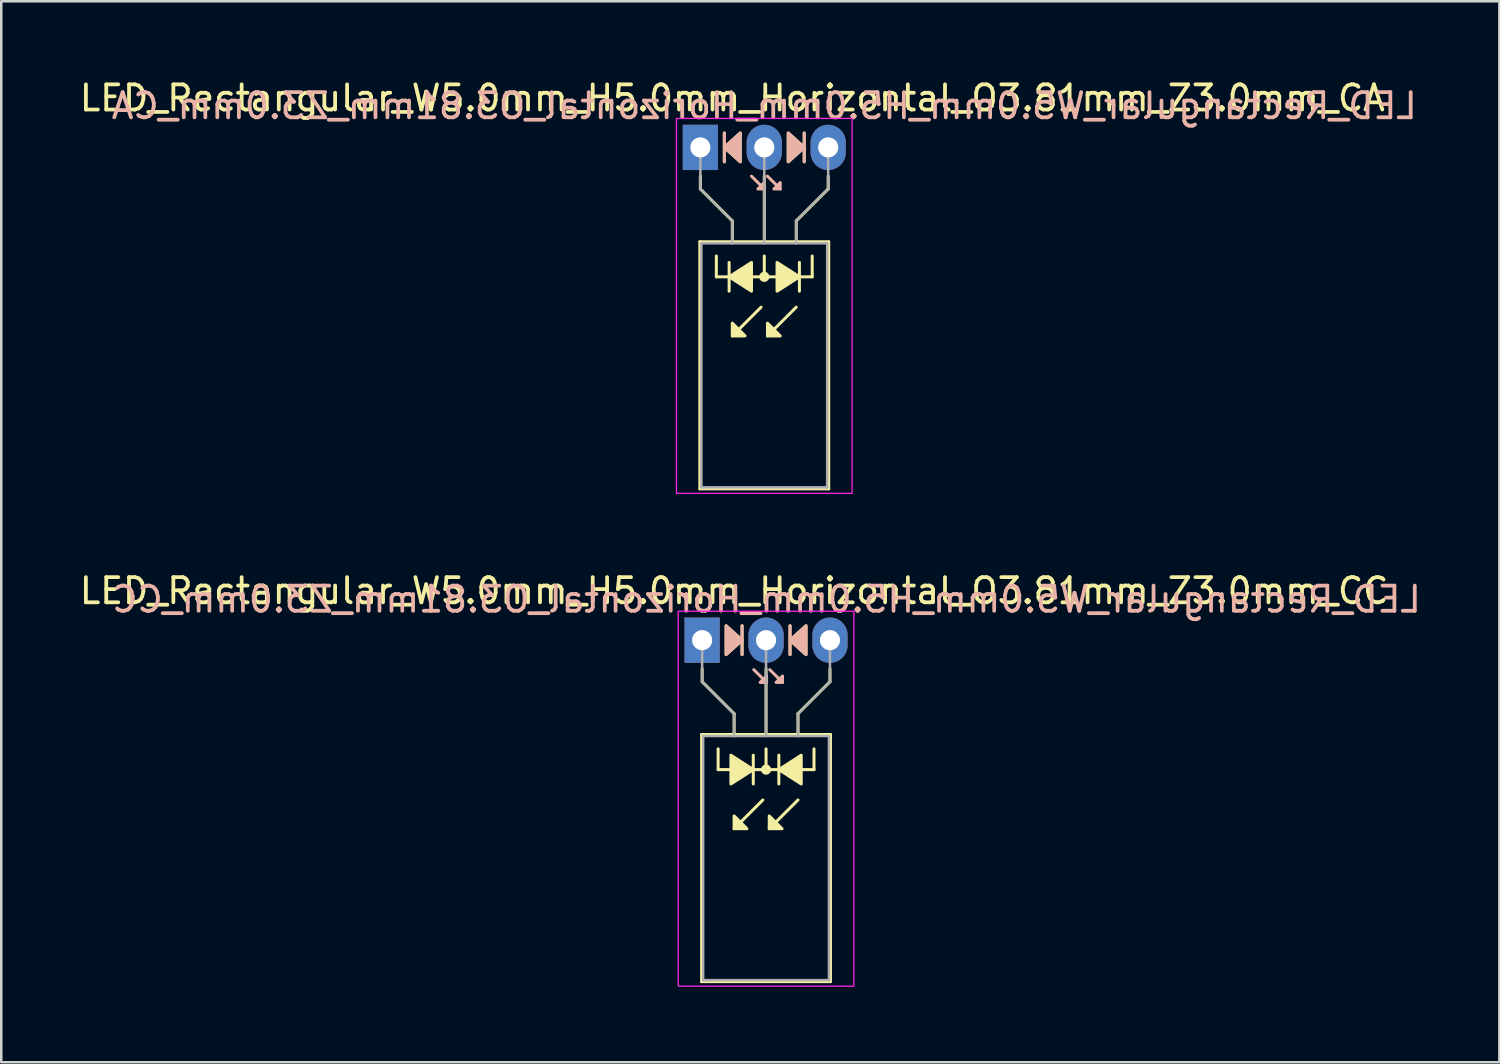
<source format=kicad_pcb>
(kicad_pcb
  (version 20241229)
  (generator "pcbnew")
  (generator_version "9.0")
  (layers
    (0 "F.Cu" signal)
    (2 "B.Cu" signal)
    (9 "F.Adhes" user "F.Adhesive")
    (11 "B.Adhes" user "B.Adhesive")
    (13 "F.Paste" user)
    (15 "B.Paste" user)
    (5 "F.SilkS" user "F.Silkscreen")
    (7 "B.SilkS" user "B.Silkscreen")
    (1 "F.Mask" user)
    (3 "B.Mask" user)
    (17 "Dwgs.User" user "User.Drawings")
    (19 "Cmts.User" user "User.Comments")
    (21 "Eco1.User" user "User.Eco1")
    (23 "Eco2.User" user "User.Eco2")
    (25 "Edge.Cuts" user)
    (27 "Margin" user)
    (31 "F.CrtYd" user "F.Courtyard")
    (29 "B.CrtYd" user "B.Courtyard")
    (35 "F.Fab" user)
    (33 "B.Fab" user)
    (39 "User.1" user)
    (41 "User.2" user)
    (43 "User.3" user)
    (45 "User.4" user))
  (footprint "LED_Rectangular_W5.0mm_H5.0mm_Horizontal_O3.81mm_Z3.0mm_CC"
    (layer "F.Cu")
    (at 24.855 22.392)
    (property "Reference" "LED_Rectangular_W5.0mm_H5.0mm_Horizontal_O3.81mm_Z3.0mm_CC" (at 1.27 -1.96 0) (layer "F.SilkS") (effects (font (size 1 1) (thickness 0.15))))
    (fp_line (start -0.02 3.75) (end -0.02 13.57) (stroke (width 0.12) (type solid)) (layer "F.SilkS"))
    (fp_line (start -0.02 13.57) (end 5.1 13.57) (stroke (width 0.12) (type solid)) (layer "F.SilkS"))
    (fp_line (start 0 1.143) (end 0 1.651) (stroke (width 0.12) (type default)) (layer "F.SilkS"))
    (fp_line (start 0 1.651) (end 1.27 2.921) (stroke (width 0.12) (type default)) (layer "F.SilkS"))
    (fp_line (start 0.635 5.144) (end 0.635 4.318) (stroke (width 0.12) (type default)) (layer "F.SilkS"))
    (fp_line (start 0.635 5.144) (end 4.445 5.144) (stroke (width 0.12) (type default)) (layer "F.SilkS"))
    (fp_line (start 1.27 2.921) (end 1.27 3.75) (stroke (width 0.12) (type default)) (layer "F.SilkS"))
    (fp_line (start 1.27 3.75) (end 1.27 3.75) (stroke (width 0.12) (type solid)) (layer "F.SilkS"))
    (fp_line (start 1.587 0.572) (end 1.587 -0.572) (stroke (width 0.12) (type solid)) (layer "F.SilkS"))
    (fp_line (start 2.032 5.715) (end 2.032 4.572) (stroke (width 0.12) (type solid)) (layer "F.SilkS"))
    (fp_line (start 2.413 6.35) (end 1.27 7.493) (stroke (width 0.12) (type solid)) (layer "F.SilkS"))
    (fp_line (start 2.54 3.75) (end 2.54 1.143) (stroke (width 0.12) (type default)) (layer "F.SilkS"))
    (fp_line (start 2.54 5.144) (end 2.54 4.318) (stroke (width 0.12) (type default)) (layer "F.SilkS"))
    (fp_line (start 3.048 4.572) (end 3.048 5.715) (stroke (width 0.12) (type solid)) (layer "F.SilkS"))
    (fp_line (start 3.493 -0.572) (end 3.493 0.572) (stroke (width 0.12) (type solid)) (layer "F.SilkS"))
    (fp_line (start 3.81 2.921) (end 3.81 3.75) (stroke (width 0.12) (type default)) (layer "F.SilkS"))
    (fp_line (start 3.81 3.75) (end 3.81 3.75) (stroke (width 0.12) (type solid)) (layer "F.SilkS"))
    (fp_line (start 3.81 6.35) (end 2.667 7.493) (stroke (width 0.12) (type solid)) (layer "F.SilkS"))
    (fp_line (start 4.445 5.144) (end 4.445 4.318) (stroke (width 0.12) (type default)) (layer "F.SilkS"))
    (fp_line (start 5.08 1.143) (end 5.08 1.651) (stroke (width 0.12) (type default)) (layer "F.SilkS"))
    (fp_line (start 5.08 1.651) (end 3.81 2.921) (stroke (width 0.12) (type default)) (layer "F.SilkS"))
    (fp_line (start 5.1 3.75) (end -0.02 3.75) (stroke (width 0.12) (type solid)) (layer "F.SilkS"))
    (fp_line (start 5.1 13.57) (end 5.1 3.75) (stroke (width 0.12) (type solid)) (layer "F.SilkS"))
    (fp_circle (center 2.54 5.144) (end 2.682 5.144) (stroke (width 0.12) (type solid)) (fill yes) (layer "F.SilkS"))
    (fp_poly (pts (xy 0.953 -0.572) (xy 1.587 0) (xy 0.953 0.572)) (stroke (width 0.12) (type solid)) (fill yes) (layer "F.SilkS"))
    (fp_poly (pts (xy 1.143 4.572) (xy 2.032 5.144) (xy 1.143 5.715)) (stroke (width 0.12) (type solid)) (fill yes) (layer "F.SilkS"))
    (fp_poly (pts (xy 1.27 6.985) (xy 1.778 7.493) (xy 1.27 7.493)) (stroke (width 0.12) (type solid)) (fill yes) (layer "F.SilkS"))
    (fp_poly (pts (xy 2.667 6.985) (xy 3.175 7.493) (xy 2.667 7.493)) (stroke (width 0.12) (type solid)) (fill yes) (layer "F.SilkS"))
    (fp_poly (pts (xy 3.937 5.715) (xy 3.048 5.144) (xy 3.937 4.572)) (stroke (width 0.12) (type solid)) (fill yes) (layer "F.SilkS"))
    (fp_poly (pts (xy 4.128 0.572) (xy 3.493 0) (xy 4.128 -0.572)) (stroke (width 0.12) (type solid)) (fill yes) (layer "F.SilkS"))
    (fp_line (start 1.587 0.572) (end 1.587 -0.572) (stroke (width 0.12) (type solid)) (layer "B.SilkS"))
    (fp_line (start 2.559 1.679) (end 2.051 1.171) (stroke (width 0.12) (type solid)) (layer "B.SilkS"))
    (fp_line (start 3.194 1.679) (end 2.686 1.171) (stroke (width 0.12) (type solid)) (layer "B.SilkS"))
    (fp_line (start 3.493 -0.572) (end 3.493 0.572) (stroke (width 0.12) (type solid)) (layer "B.SilkS"))
    (fp_poly (pts (xy 0.953 0.572) (xy 1.587 0) (xy 0.953 -0.572)) (stroke (width 0.12) (type solid)) (fill yes) (layer "B.SilkS"))
    (fp_poly (pts (xy 2.559 1.425) (xy 2.305 1.679) (xy 2.559 1.679)) (stroke (width 0.12) (type solid)) (fill yes) (layer "B.SilkS"))
    (fp_poly (pts (xy 3.194 1.425) (xy 2.94 1.679) (xy 3.194 1.679)) (stroke (width 0.12) (type solid)) (fill yes) (layer "B.SilkS"))
    (fp_poly (pts (xy 4.128 0.572) (xy 3.493 0) (xy 4.128 -0.572)) (stroke (width 0.12) (type solid)) (fill yes) (layer "B.SilkS"))
    (fp_rect (start -0.95 -1.15) (end 6.03 13.75) (stroke (width 0.05) (type default)) (fill no) (layer "F.CrtYd"))
    (fp_line (start 0 0) (end 0 0) (stroke (width 0.1) (type solid)) (layer "F.Fab"))
    (fp_line (start 0 1.651) (end 0 0) (stroke (width 0.1) (type default)) (layer "F.Fab"))
    (fp_line (start 0.04 3.81) (end 0.04 13.51) (stroke (width 0.1) (type solid)) (layer "F.Fab"))
    (fp_line (start 0.04 13.51) (end 5.04 13.51) (stroke (width 0.1) (type solid)) (layer "F.Fab"))
    (fp_line (start 1.27 2.921) (end 0 1.651) (stroke (width 0.1) (type default)) (layer "F.Fab"))
    (fp_line (start 1.27 2.921) (end 1.27 3.81) (stroke (width 0.1) (type default)) (layer "F.Fab"))
    (fp_line (start 1.27 3.81) (end 1.27 3.81) (stroke (width 0.1) (type solid)) (layer "F.Fab"))
    (fp_line (start 2.54 0) (end 2.54 0) (stroke (width 0.1) (type solid)) (layer "F.Fab"))
    (fp_line (start 2.54 0) (end 2.54 3.81) (stroke (width 0.1) (type default)) (layer "F.Fab"))
    (fp_line (start 3.81 2.921) (end 3.81 3.81) (stroke (width 0.1) (type default)) (layer "F.Fab"))
    (fp_line (start 3.81 2.921) (end 5.08 1.651) (stroke (width 0.1) (type default)) (layer "F.Fab"))
    (fp_line (start 3.81 3.81) (end 3.81 3.81) (stroke (width 0.1) (type solid)) (layer "F.Fab"))
    (fp_line (start 5.04 3.81) (end 0.04 3.81) (stroke (width 0.1) (type solid)) (layer "F.Fab"))
    (fp_line (start 5.04 13.51) (end 5.04 3.81) (stroke (width 0.1) (type solid)) (layer "F.Fab"))
    (fp_line (start 5.08 1.651) (end 5.08 0) (stroke (width 0.1) (type default)) (layer "F.Fab"))
    (fp_text user "${REFERENCE}" (at 2.559 -1.623 0) (layer "B.SilkS") (effects (font (size 1 1) (thickness 0.15)) (justify mirror)))
    (pad "1" thru_hole rect (at 0 0) (size 1.4 1.8) (drill 0.8) (layers "*.Cu" "*.Mask"))
    (pad "2" thru_hole oval (at 2.54 0) (size 1.4 1.8) (drill 0.8) (layers "*.Cu" "*.Mask"))
    (pad "3" thru_hole oval (at 5.08 0) (size 1.4 1.8) (drill 0.8) (layers "*.Cu" "*.Mask")))
  (footprint "LED_Rectangular_W5.0mm_H5.0mm_Horizontal_O3.81mm_Z3.0mm_CA"
    (layer "F.Cu")
    (at 24.784 2.808)
    (property "Reference" "LED_Rectangular_W5.0mm_H5.0mm_Horizontal_O3.81mm_Z3.0mm_CA" (at 1.27 -1.96 0) (layer "F.SilkS") (effects (font (size 1 1) (thickness 0.15))))
    (fp_line (start -0.02 3.75) (end -0.02 13.57) (stroke (width 0.12) (type solid)) (layer "F.SilkS"))
    (fp_line (start -0.02 13.57) (end 5.1 13.57) (stroke (width 0.12) (type solid)) (layer "F.SilkS"))
    (fp_line (start 0 1.143) (end 0 1.651) (stroke (width 0.12) (type default)) (layer "F.SilkS"))
    (fp_line (start 0 1.651) (end 1.27 2.921) (stroke (width 0.12) (type default)) (layer "F.SilkS"))
    (fp_line (start 0.635 5.144) (end 0.635 4.318) (stroke (width 0.12) (type default)) (layer "F.SilkS"))
    (fp_line (start 0.635 5.144) (end 4.445 5.144) (stroke (width 0.12) (type default)) (layer "F.SilkS"))
    (fp_line (start 0.953 -0.572) (end 0.953 0.572) (stroke (width 0.12) (type solid)) (layer "F.SilkS"))
    (fp_line (start 1.143 4.572) (end 1.143 5.715) (stroke (width 0.12) (type solid)) (layer "F.SilkS"))
    (fp_line (start 1.27 2.921) (end 1.27 3.75) (stroke (width 0.12) (type default)) (layer "F.SilkS"))
    (fp_line (start 1.27 3.75) (end 1.27 3.75) (stroke (width 0.12) (type solid)) (layer "F.SilkS"))
    (fp_line (start 2.413 6.35) (end 1.27 7.493) (stroke (width 0.12) (type solid)) (layer "F.SilkS"))
    (fp_line (start 2.54 3.75) (end 2.54 1.143) (stroke (width 0.12) (type default)) (layer "F.SilkS"))
    (fp_line (start 2.54 5.144) (end 2.54 4.318) (stroke (width 0.12) (type default)) (layer "F.SilkS"))
    (fp_line (start 3.81 2.921) (end 3.81 3.75) (stroke (width 0.12) (type default)) (layer "F.SilkS"))
    (fp_line (start 3.81 3.75) (end 3.81 3.75) (stroke (width 0.12) (type solid)) (layer "F.SilkS"))
    (fp_line (start 3.81 6.35) (end 2.667 7.493) (stroke (width 0.12) (type solid)) (layer "F.SilkS"))
    (fp_line (start 3.937 5.715) (end 3.937 4.572) (stroke (width 0.12) (type solid)) (layer "F.SilkS"))
    (fp_line (start 4.128 0.572) (end 4.128 -0.572) (stroke (width 0.12) (type solid)) (layer "F.SilkS"))
    (fp_line (start 4.445 5.144) (end 4.445 4.318) (stroke (width 0.12) (type default)) (layer "F.SilkS"))
    (fp_line (start 5.08 1.143) (end 5.08 1.651) (stroke (width 0.12) (type default)) (layer "F.SilkS"))
    (fp_line (start 5.08 1.651) (end 3.81 2.921) (stroke (width 0.12) (type default)) (layer "F.SilkS"))
    (fp_line (start 5.1 3.75) (end -0.02 3.75) (stroke (width 0.12) (type solid)) (layer "F.SilkS"))
    (fp_line (start 5.1 13.57) (end 5.1 3.75) (stroke (width 0.12) (type solid)) (layer "F.SilkS"))
    (fp_circle (center 2.54 5.144) (end 2.682 5.144) (stroke (width 0.12) (type solid)) (fill yes) (layer "F.SilkS"))
    (fp_poly (pts (xy 1.27 6.985) (xy 1.778 7.493) (xy 1.27 7.493)) (stroke (width 0.12) (type solid)) (fill yes) (layer "F.SilkS"))
    (fp_poly (pts (xy 1.587 0.572) (xy 0.953 0) (xy 1.587 -0.572)) (stroke (width 0.12) (type solid)) (fill yes) (layer "F.SilkS"))
    (fp_poly (pts (xy 2.032 5.715) (xy 1.143 5.144) (xy 2.032 4.572)) (stroke (width 0.12) (type solid)) (fill yes) (layer "F.SilkS"))
    (fp_poly (pts (xy 2.667 6.985) (xy 3.175 7.493) (xy 2.667 7.493)) (stroke (width 0.12) (type solid)) (fill yes) (layer "F.SilkS"))
    (fp_poly (pts (xy 3.048 4.572) (xy 3.937 5.144) (xy 3.048 5.715)) (stroke (width 0.12) (type solid)) (fill yes) (layer "F.SilkS"))
    (fp_poly (pts (xy 3.493 -0.572) (xy 4.128 0) (xy 3.493 0.572)) (stroke (width 0.12) (type solid)) (fill yes) (layer "F.SilkS"))
    (fp_line (start 0.953 -0.572) (end 0.953 0.572) (stroke (width 0.12) (type solid)) (layer "B.SilkS"))
    (fp_line (start 2.54 1.651) (end 2.032 1.143) (stroke (width 0.12) (type solid)) (layer "B.SilkS"))
    (fp_line (start 3.175 1.651) (end 2.667 1.143) (stroke (width 0.12) (type solid)) (layer "B.SilkS"))
    (fp_line (start 4.128 0.572) (end 4.128 -0.572) (stroke (width 0.12) (type solid)) (layer "B.SilkS"))
    (fp_poly (pts (xy 1.587 0.572) (xy 0.953 0) (xy 1.587 -0.572)) (stroke (width 0.12) (type solid)) (fill yes) (layer "B.SilkS"))
    (fp_poly (pts (xy 2.54 1.397) (xy 2.286 1.651) (xy 2.54 1.651)) (stroke (width 0.12) (type solid)) (fill yes) (layer "B.SilkS"))
    (fp_poly (pts (xy 3.175 1.397) (xy 2.921 1.651) (xy 3.175 1.651)) (stroke (width 0.12) (type solid)) (fill yes) (layer "B.SilkS"))
    (fp_poly (pts (xy 3.493 0.572) (xy 4.128 0) (xy 3.493 -0.572)) (stroke (width 0.12) (type solid)) (fill yes) (layer "B.SilkS"))
    (fp_rect (start -0.95 -1.15) (end 6.03 13.75) (stroke (width 0.05) (type default)) (fill no) (layer "F.CrtYd"))
    (fp_line (start 0 0) (end 0 0) (stroke (width 0.1) (type solid)) (layer "F.Fab"))
    (fp_line (start 0 1.651) (end 0 0) (stroke (width 0.1) (type default)) (layer "F.Fab"))
    (fp_line (start 0.04 3.81) (end 0.04 13.51) (stroke (width 0.1) (type solid)) (layer "F.Fab"))
    (fp_line (start 0.04 13.51) (end 5.04 13.51) (stroke (width 0.1) (type solid)) (layer "F.Fab"))
    (fp_line (start 1.27 2.921) (end 0 1.651) (stroke (width 0.1) (type default)) (layer "F.Fab"))
    (fp_line (start 1.27 2.921) (end 1.27 3.81) (stroke (width 0.1) (type default)) (layer "F.Fab"))
    (fp_line (start 1.27 3.81) (end 1.27 3.81) (stroke (width 0.1) (type solid)) (layer "F.Fab"))
    (fp_line (start 2.54 0) (end 2.54 0) (stroke (width 0.1) (type solid)) (layer "F.Fab"))
    (fp_line (start 2.54 0) (end 2.54 3.81) (stroke (width 0.1) (type default)) (layer "F.Fab"))
    (fp_line (start 3.81 2.921) (end 3.81 3.81) (stroke (width 0.1) (type default)) (layer "F.Fab"))
    (fp_line (start 3.81 2.921) (end 5.08 1.651) (stroke (width 0.1) (type default)) (layer "F.Fab"))
    (fp_line (start 3.81 3.81) (end 3.81 3.81) (stroke (width 0.1) (type solid)) (layer "F.Fab"))
    (fp_line (start 5.04 3.81) (end 0.04 3.81) (stroke (width 0.1) (type solid)) (layer "F.Fab"))
    (fp_line (start 5.04 13.51) (end 5.04 3.81) (stroke (width 0.1) (type solid)) (layer "F.Fab"))
    (fp_line (start 5.08 1.651) (end 5.08 0) (stroke (width 0.1) (type default)) (layer "F.Fab"))
    (fp_text user "${REFERENCE}" (at 2.54 -1.651 0) (layer "B.SilkS") (effects (font (size 1 1) (thickness 0.15)) (justify mirror)))
    (pad "1" thru_hole rect (at 0 0) (size 1.4 1.8) (drill 0.8) (layers "*.Cu" "*.Mask"))
    (pad "2" thru_hole oval (at 2.54 0) (size 1.4 1.8) (drill 0.8) (layers "*.Cu" "*.Mask"))
    (pad "3" thru_hole oval (at 5.08 0) (size 1.4 1.8) (drill 0.8) (layers "*.Cu" "*.Mask")))
  (gr_rect
    (start -3 -3)
    (end 56.539 39.166)
    (stroke (width 0.1) (type default))
    (fill no)
    (layer "Edge.Cuts")))
</source>
